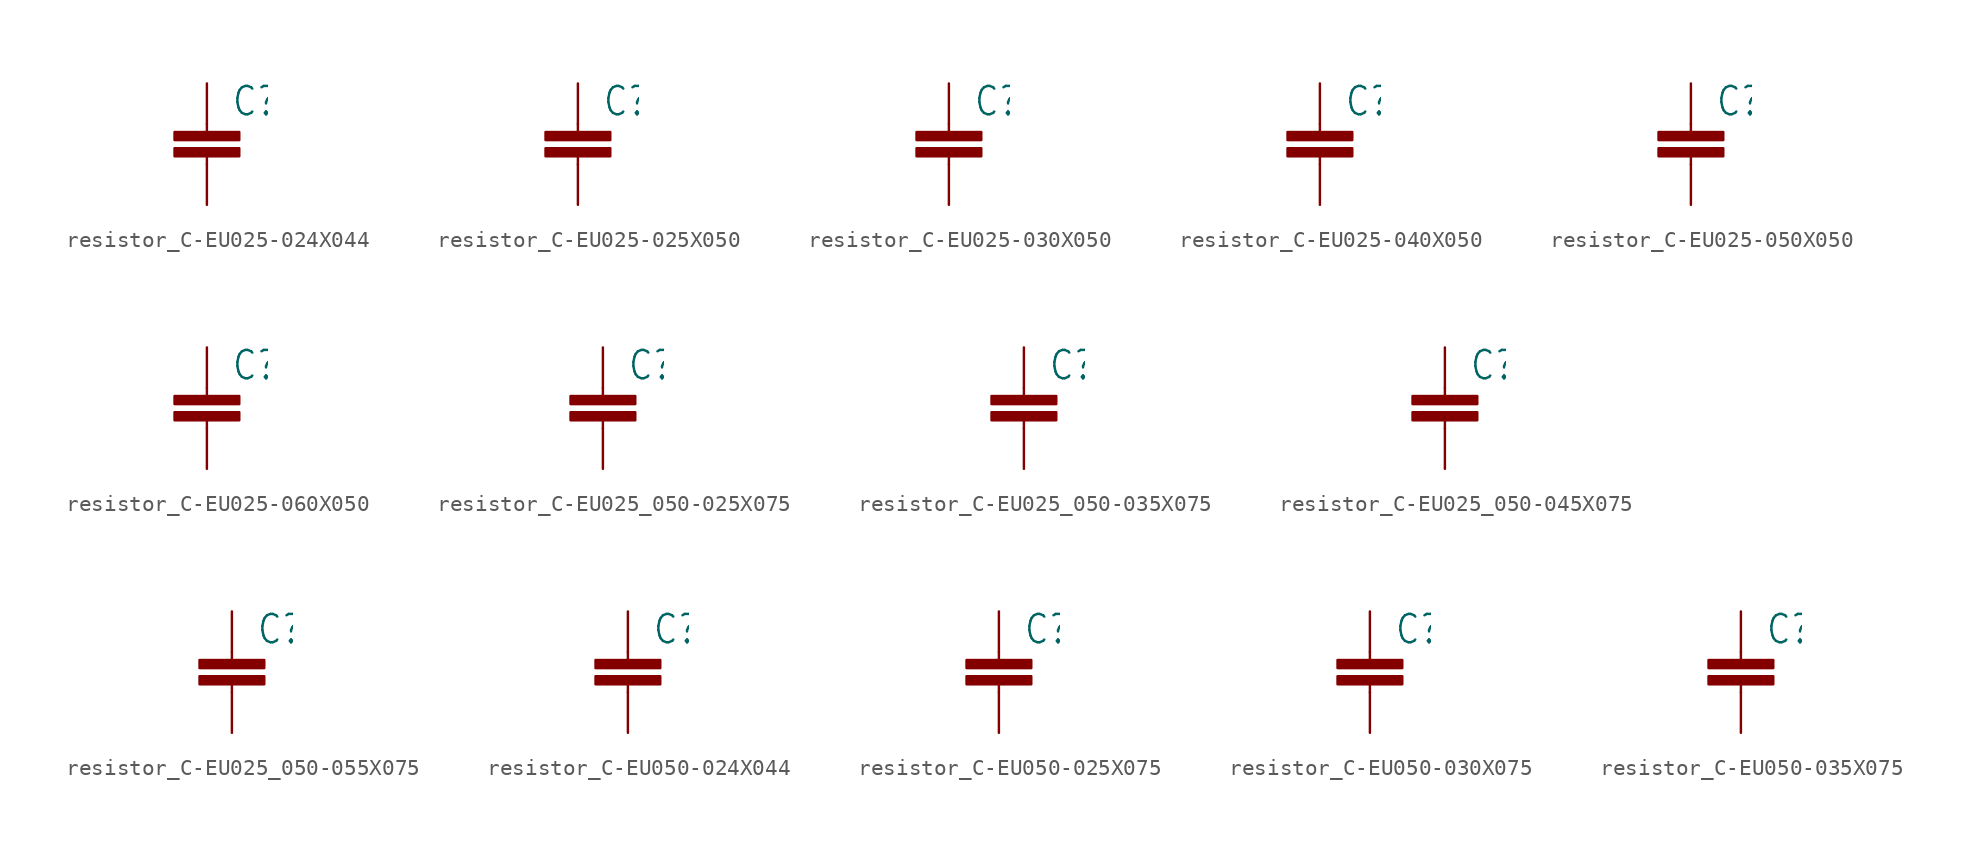
<source format=kicad_sym>
(kicad_symbol_lib
  (version 20241209)
  (generator "kicad_symbol_editor")
  (generator_version "9.0")
  (symbol "resistor_C-EU025-024X044"
    (property "Reference" "C"
      (at 1.524 0.381 0)
      (effects (font (size 1.778 1.511)) (justify left bottom)))
    (property "Value" ""
      (at 1.524 -4.699 0)
      (effects (font (size 1.778 1.511)) (justify left bottom)))
    (property "ki_locked" ""
      (at 0 0 0)
      (effects (font (size 1.27 1.27))))
    (symbol "resistor_C-EU025-024X044_1_0"
      (rectangle (start -2.032 -1.016) (end 2.032 -0.508) (stroke (width 0) (type default)) (fill (type outline)))
      (rectangle (start -2.032 -2.032) (end 2.032 -1.524) (stroke (width 0) (type default)) (fill (type outline)))
      (polyline (pts (xy 0 0) (xy 0 -0.508)) (stroke (width 0.152) (type solid)) (fill (type none)))
      (polyline (pts (xy 0 -2.54) (xy 0 -2.032)) (stroke (width 0.152) (type solid)) (fill (type none)))
      (pin passive line (at 0 2.54 270) (length 2.54) (name "1" (effects (font (size 0 0)))) (number "1" (effects (font (size 0 0)))))
      (pin passive line (at 0 -5.08 90) (length 2.54) (name "2" (effects (font (size 0 0)))) (number "2" (effects (font (size 0 0)))))))
  (symbol "resistor_C-EU025-025X050"
    (property "Reference" "C"
      (at 1.524 0.381 0)
      (effects (font (size 1.778 1.511)) (justify left bottom)))
    (property "Value" ""
      (at 1.524 -4.699 0)
      (effects (font (size 1.778 1.511)) (justify left bottom)))
    (property "ki_locked" ""
      (at 0 0 0)
      (effects (font (size 1.27 1.27))))
    (symbol "resistor_C-EU025-025X050_1_0"
      (rectangle (start -2.032 -1.016) (end 2.032 -0.508) (stroke (width 0) (type default)) (fill (type outline)))
      (rectangle (start -2.032 -2.032) (end 2.032 -1.524) (stroke (width 0) (type default)) (fill (type outline)))
      (polyline (pts (xy 0 0) (xy 0 -0.508)) (stroke (width 0.152) (type solid)) (fill (type none)))
      (polyline (pts (xy 0 -2.54) (xy 0 -2.032)) (stroke (width 0.152) (type solid)) (fill (type none)))
      (pin passive line (at 0 2.54 270) (length 2.54) (name "1" (effects (font (size 0 0)))) (number "1" (effects (font (size 0 0)))))
      (pin passive line (at 0 -5.08 90) (length 2.54) (name "2" (effects (font (size 0 0)))) (number "2" (effects (font (size 0 0)))))))
  (symbol "resistor_C-EU025-030X050"
    (property "Reference" "C"
      (at 1.524 0.381 0)
      (effects (font (size 1.778 1.511)) (justify left bottom)))
    (property "Value" ""
      (at 1.524 -4.699 0)
      (effects (font (size 1.778 1.511)) (justify left bottom)))
    (property "ki_locked" ""
      (at 0 0 0)
      (effects (font (size 1.27 1.27))))
    (symbol "resistor_C-EU025-030X050_1_0"
      (rectangle (start -2.032 -1.016) (end 2.032 -0.508) (stroke (width 0) (type default)) (fill (type outline)))
      (rectangle (start -2.032 -2.032) (end 2.032 -1.524) (stroke (width 0) (type default)) (fill (type outline)))
      (polyline (pts (xy 0 0) (xy 0 -0.508)) (stroke (width 0.152) (type solid)) (fill (type none)))
      (polyline (pts (xy 0 -2.54) (xy 0 -2.032)) (stroke (width 0.152) (type solid)) (fill (type none)))
      (pin passive line (at 0 2.54 270) (length 2.54) (name "1" (effects (font (size 0 0)))) (number "1" (effects (font (size 0 0)))))
      (pin passive line (at 0 -5.08 90) (length 2.54) (name "2" (effects (font (size 0 0)))) (number "2" (effects (font (size 0 0)))))))
  (symbol "resistor_C-EU025-040X050"
    (property "Reference" "C"
      (at 1.524 0.381 0)
      (effects (font (size 1.778 1.511)) (justify left bottom)))
    (property "Value" ""
      (at 1.524 -4.699 0)
      (effects (font (size 1.778 1.511)) (justify left bottom)))
    (property "ki_locked" ""
      (at 0 0 0)
      (effects (font (size 1.27 1.27))))
    (symbol "resistor_C-EU025-040X050_1_0"
      (rectangle (start -2.032 -1.016) (end 2.032 -0.508) (stroke (width 0) (type default)) (fill (type outline)))
      (rectangle (start -2.032 -2.032) (end 2.032 -1.524) (stroke (width 0) (type default)) (fill (type outline)))
      (polyline (pts (xy 0 0) (xy 0 -0.508)) (stroke (width 0.152) (type solid)) (fill (type none)))
      (polyline (pts (xy 0 -2.54) (xy 0 -2.032)) (stroke (width 0.152) (type solid)) (fill (type none)))
      (pin passive line (at 0 2.54 270) (length 2.54) (name "1" (effects (font (size 0 0)))) (number "1" (effects (font (size 0 0)))))
      (pin passive line (at 0 -5.08 90) (length 2.54) (name "2" (effects (font (size 0 0)))) (number "2" (effects (font (size 0 0)))))))
  (symbol "resistor_C-EU025-050X050"
    (property "Reference" "C"
      (at 1.524 0.381 0)
      (effects (font (size 1.778 1.511)) (justify left bottom)))
    (property "Value" ""
      (at 1.524 -4.699 0)
      (effects (font (size 1.778 1.511)) (justify left bottom)))
    (property "ki_locked" ""
      (at 0 0 0)
      (effects (font (size 1.27 1.27))))
    (symbol "resistor_C-EU025-050X050_1_0"
      (rectangle (start -2.032 -1.016) (end 2.032 -0.508) (stroke (width 0) (type default)) (fill (type outline)))
      (rectangle (start -2.032 -2.032) (end 2.032 -1.524) (stroke (width 0) (type default)) (fill (type outline)))
      (polyline (pts (xy 0 0) (xy 0 -0.508)) (stroke (width 0.152) (type solid)) (fill (type none)))
      (polyline (pts (xy 0 -2.54) (xy 0 -2.032)) (stroke (width 0.152) (type solid)) (fill (type none)))
      (pin passive line (at 0 2.54 270) (length 2.54) (name "1" (effects (font (size 0 0)))) (number "1" (effects (font (size 0 0)))))
      (pin passive line (at 0 -5.08 90) (length 2.54) (name "2" (effects (font (size 0 0)))) (number "2" (effects (font (size 0 0)))))))
  (symbol "resistor_C-EU025-060X050"
    (property "Reference" "C"
      (at 1.524 0.381 0)
      (effects (font (size 1.778 1.511)) (justify left bottom)))
    (property "Value" ""
      (at 1.524 -4.699 0)
      (effects (font (size 1.778 1.511)) (justify left bottom)))
    (property "ki_locked" ""
      (at 0 0 0)
      (effects (font (size 1.27 1.27))))
    (symbol "resistor_C-EU025-060X050_1_0"
      (rectangle (start -2.032 -1.016) (end 2.032 -0.508) (stroke (width 0) (type default)) (fill (type outline)))
      (rectangle (start -2.032 -2.032) (end 2.032 -1.524) (stroke (width 0) (type default)) (fill (type outline)))
      (polyline (pts (xy 0 0) (xy 0 -0.508)) (stroke (width 0.152) (type solid)) (fill (type none)))
      (polyline (pts (xy 0 -2.54) (xy 0 -2.032)) (stroke (width 0.152) (type solid)) (fill (type none)))
      (pin passive line (at 0 2.54 270) (length 2.54) (name "1" (effects (font (size 0 0)))) (number "1" (effects (font (size 0 0)))))
      (pin passive line (at 0 -5.08 90) (length 2.54) (name "2" (effects (font (size 0 0)))) (number "2" (effects (font (size 0 0)))))))
  (symbol "resistor_C-EU025_050-025X075"
    (property "Reference" "C"
      (at 1.524 0.381 0)
      (effects (font (size 1.778 1.511)) (justify left bottom)))
    (property "Value" ""
      (at 1.524 -4.699 0)
      (effects (font (size 1.778 1.511)) (justify left bottom)))
    (property "ki_locked" ""
      (at 0 0 0)
      (effects (font (size 1.27 1.27))))
    (symbol "resistor_C-EU025_050-025X075_1_0"
      (rectangle (start -2.032 -1.016) (end 2.032 -0.508) (stroke (width 0) (type default)) (fill (type outline)))
      (rectangle (start -2.032 -2.032) (end 2.032 -1.524) (stroke (width 0) (type default)) (fill (type outline)))
      (polyline (pts (xy 0 0) (xy 0 -0.508)) (stroke (width 0.152) (type solid)) (fill (type none)))
      (polyline (pts (xy 0 -2.54) (xy 0 -2.032)) (stroke (width 0.152) (type solid)) (fill (type none)))
      (pin passive line (at 0 2.54 270) (length 2.54) (name "1" (effects (font (size 0 0)))) (number "1" (effects (font (size 0 0)))))
      (pin passive line (at 0 -5.08 90) (length 2.54) (name "2" (effects (font (size 0 0)))) (number "2" (effects (font (size 0 0)))))))
  (symbol "resistor_C-EU025_050-035X075"
    (property "Reference" "C"
      (at 1.524 0.381 0)
      (effects (font (size 1.778 1.511)) (justify left bottom)))
    (property "Value" ""
      (at 1.524 -4.699 0)
      (effects (font (size 1.778 1.511)) (justify left bottom)))
    (property "ki_locked" ""
      (at 0 0 0)
      (effects (font (size 1.27 1.27))))
    (symbol "resistor_C-EU025_050-035X075_1_0"
      (rectangle (start -2.032 -1.016) (end 2.032 -0.508) (stroke (width 0) (type default)) (fill (type outline)))
      (rectangle (start -2.032 -2.032) (end 2.032 -1.524) (stroke (width 0) (type default)) (fill (type outline)))
      (polyline (pts (xy 0 0) (xy 0 -0.508)) (stroke (width 0.152) (type solid)) (fill (type none)))
      (polyline (pts (xy 0 -2.54) (xy 0 -2.032)) (stroke (width 0.152) (type solid)) (fill (type none)))
      (pin passive line (at 0 2.54 270) (length 2.54) (name "1" (effects (font (size 0 0)))) (number "1" (effects (font (size 0 0)))))
      (pin passive line (at 0 -5.08 90) (length 2.54) (name "2" (effects (font (size 0 0)))) (number "2" (effects (font (size 0 0)))))))
  (symbol "resistor_C-EU025_050-045X075"
    (property "Reference" "C"
      (at 1.524 0.381 0)
      (effects (font (size 1.778 1.511)) (justify left bottom)))
    (property "Value" ""
      (at 1.524 -4.699 0)
      (effects (font (size 1.778 1.511)) (justify left bottom)))
    (property "ki_locked" ""
      (at 0 0 0)
      (effects (font (size 1.27 1.27))))
    (symbol "resistor_C-EU025_050-045X075_1_0"
      (rectangle (start -2.032 -1.016) (end 2.032 -0.508) (stroke (width 0) (type default)) (fill (type outline)))
      (rectangle (start -2.032 -2.032) (end 2.032 -1.524) (stroke (width 0) (type default)) (fill (type outline)))
      (polyline (pts (xy 0 0) (xy 0 -0.508)) (stroke (width 0.152) (type solid)) (fill (type none)))
      (polyline (pts (xy 0 -2.54) (xy 0 -2.032)) (stroke (width 0.152) (type solid)) (fill (type none)))
      (pin passive line (at 0 2.54 270) (length 2.54) (name "1" (effects (font (size 0 0)))) (number "1" (effects (font (size 0 0)))))
      (pin passive line (at 0 -5.08 90) (length 2.54) (name "2" (effects (font (size 0 0)))) (number "2" (effects (font (size 0 0)))))))
  (symbol "resistor_C-EU025_050-055X075"
    (property "Reference" "C"
      (at 1.524 0.381 0)
      (effects (font (size 1.778 1.511)) (justify left bottom)))
    (property "Value" ""
      (at 1.524 -4.699 0)
      (effects (font (size 1.778 1.511)) (justify left bottom)))
    (property "ki_locked" ""
      (at 0 0 0)
      (effects (font (size 1.27 1.27))))
    (symbol "resistor_C-EU025_050-055X075_1_0"
      (rectangle (start -2.032 -1.016) (end 2.032 -0.508) (stroke (width 0) (type default)) (fill (type outline)))
      (rectangle (start -2.032 -2.032) (end 2.032 -1.524) (stroke (width 0) (type default)) (fill (type outline)))
      (polyline (pts (xy 0 0) (xy 0 -0.508)) (stroke (width 0.152) (type solid)) (fill (type none)))
      (polyline (pts (xy 0 -2.54) (xy 0 -2.032)) (stroke (width 0.152) (type solid)) (fill (type none)))
      (pin passive line (at 0 2.54 270) (length 2.54) (name "1" (effects (font (size 0 0)))) (number "1" (effects (font (size 0 0)))))
      (pin passive line (at 0 -5.08 90) (length 2.54) (name "2" (effects (font (size 0 0)))) (number "2" (effects (font (size 0 0)))))))
  (symbol "resistor_C-EU050-024X044"
    (property "Reference" "C"
      (at 1.524 0.381 0)
      (effects (font (size 1.778 1.511)) (justify left bottom)))
    (property "Value" ""
      (at 1.524 -4.699 0)
      (effects (font (size 1.778 1.511)) (justify left bottom)))
    (property "ki_locked" ""
      (at 0 0 0)
      (effects (font (size 1.27 1.27))))
    (symbol "resistor_C-EU050-024X044_1_0"
      (rectangle (start -2.032 -1.016) (end 2.032 -0.508) (stroke (width 0) (type default)) (fill (type outline)))
      (rectangle (start -2.032 -2.032) (end 2.032 -1.524) (stroke (width 0) (type default)) (fill (type outline)))
      (polyline (pts (xy 0 0) (xy 0 -0.508)) (stroke (width 0.152) (type solid)) (fill (type none)))
      (polyline (pts (xy 0 -2.54) (xy 0 -2.032)) (stroke (width 0.152) (type solid)) (fill (type none)))
      (pin passive line (at 0 2.54 270) (length 2.54) (name "1" (effects (font (size 0 0)))) (number "1" (effects (font (size 0 0)))))
      (pin passive line (at 0 -5.08 90) (length 2.54) (name "2" (effects (font (size 0 0)))) (number "2" (effects (font (size 0 0)))))))
  (symbol "resistor_C-EU050-025X075"
    (property "Reference" "C"
      (at 1.524 0.381 0)
      (effects (font (size 1.778 1.511)) (justify left bottom)))
    (property "Value" ""
      (at 1.524 -4.699 0)
      (effects (font (size 1.778 1.511)) (justify left bottom)))
    (property "ki_locked" ""
      (at 0 0 0)
      (effects (font (size 1.27 1.27))))
    (symbol "resistor_C-EU050-025X075_1_0"
      (rectangle (start -2.032 -1.016) (end 2.032 -0.508) (stroke (width 0) (type default)) (fill (type outline)))
      (rectangle (start -2.032 -2.032) (end 2.032 -1.524) (stroke (width 0) (type default)) (fill (type outline)))
      (polyline (pts (xy 0 0) (xy 0 -0.508)) (stroke (width 0.152) (type solid)) (fill (type none)))
      (polyline (pts (xy 0 -2.54) (xy 0 -2.032)) (stroke (width 0.152) (type solid)) (fill (type none)))
      (pin passive line (at 0 2.54 270) (length 2.54) (name "1" (effects (font (size 0 0)))) (number "1" (effects (font (size 0 0)))))
      (pin passive line (at 0 -5.08 90) (length 2.54) (name "2" (effects (font (size 0 0)))) (number "2" (effects (font (size 0 0)))))))
  (symbol "resistor_C-EU050-030X075"
    (property "Reference" "C"
      (at 1.524 0.381 0)
      (effects (font (size 1.778 1.511)) (justify left bottom)))
    (property "Value" ""
      (at 1.524 -4.699 0)
      (effects (font (size 1.778 1.511)) (justify left bottom)))
    (property "ki_locked" ""
      (at 0 0 0)
      (effects (font (size 1.27 1.27))))
    (symbol "resistor_C-EU050-030X075_1_0"
      (rectangle (start -2.032 -1.016) (end 2.032 -0.508) (stroke (width 0) (type default)) (fill (type outline)))
      (rectangle (start -2.032 -2.032) (end 2.032 -1.524) (stroke (width 0) (type default)) (fill (type outline)))
      (polyline (pts (xy 0 0) (xy 0 -0.508)) (stroke (width 0.152) (type solid)) (fill (type none)))
      (polyline (pts (xy 0 -2.54) (xy 0 -2.032)) (stroke (width 0.152) (type solid)) (fill (type none)))
      (pin passive line (at 0 2.54 270) (length 2.54) (name "1" (effects (font (size 0 0)))) (number "1" (effects (font (size 0 0)))))
      (pin passive line (at 0 -5.08 90) (length 2.54) (name "2" (effects (font (size 0 0)))) (number "2" (effects (font (size 0 0)))))))
  (symbol "resistor_C-EU050-035X075"
    (property "Reference" "C"
      (at 1.524 0.381 0)
      (effects (font (size 1.778 1.511)) (justify left bottom)))
    (property "Value" ""
      (at 1.524 -4.699 0)
      (effects (font (size 1.778 1.511)) (justify left bottom)))
    (property "ki_locked" ""
      (at 0 0 0)
      (effects (font (size 1.27 1.27))))
    (symbol "resistor_C-EU050-035X075_1_0"
      (rectangle (start -2.032 -1.016) (end 2.032 -0.508) (stroke (width 0) (type default)) (fill (type outline)))
      (rectangle (start -2.032 -2.032) (end 2.032 -1.524) (stroke (width 0) (type default)) (fill (type outline)))
      (polyline (pts (xy 0 0) (xy 0 -0.508)) (stroke (width 0.152) (type solid)) (fill (type none)))
      (polyline (pts (xy 0 -2.54) (xy 0 -2.032)) (stroke (width 0.152) (type solid)) (fill (type none)))
      (pin passive line (at 0 2.54 270) (length 2.54) (name "1" (effects (font (size 0 0)))) (number "1" (effects (font (size 0 0)))))
      (pin passive line (at 0 -5.08 90) (length 2.54) (name "2" (effects (font (size 0 0)))) (number "2" (effects (font (size 0 0))))))))
</source>
